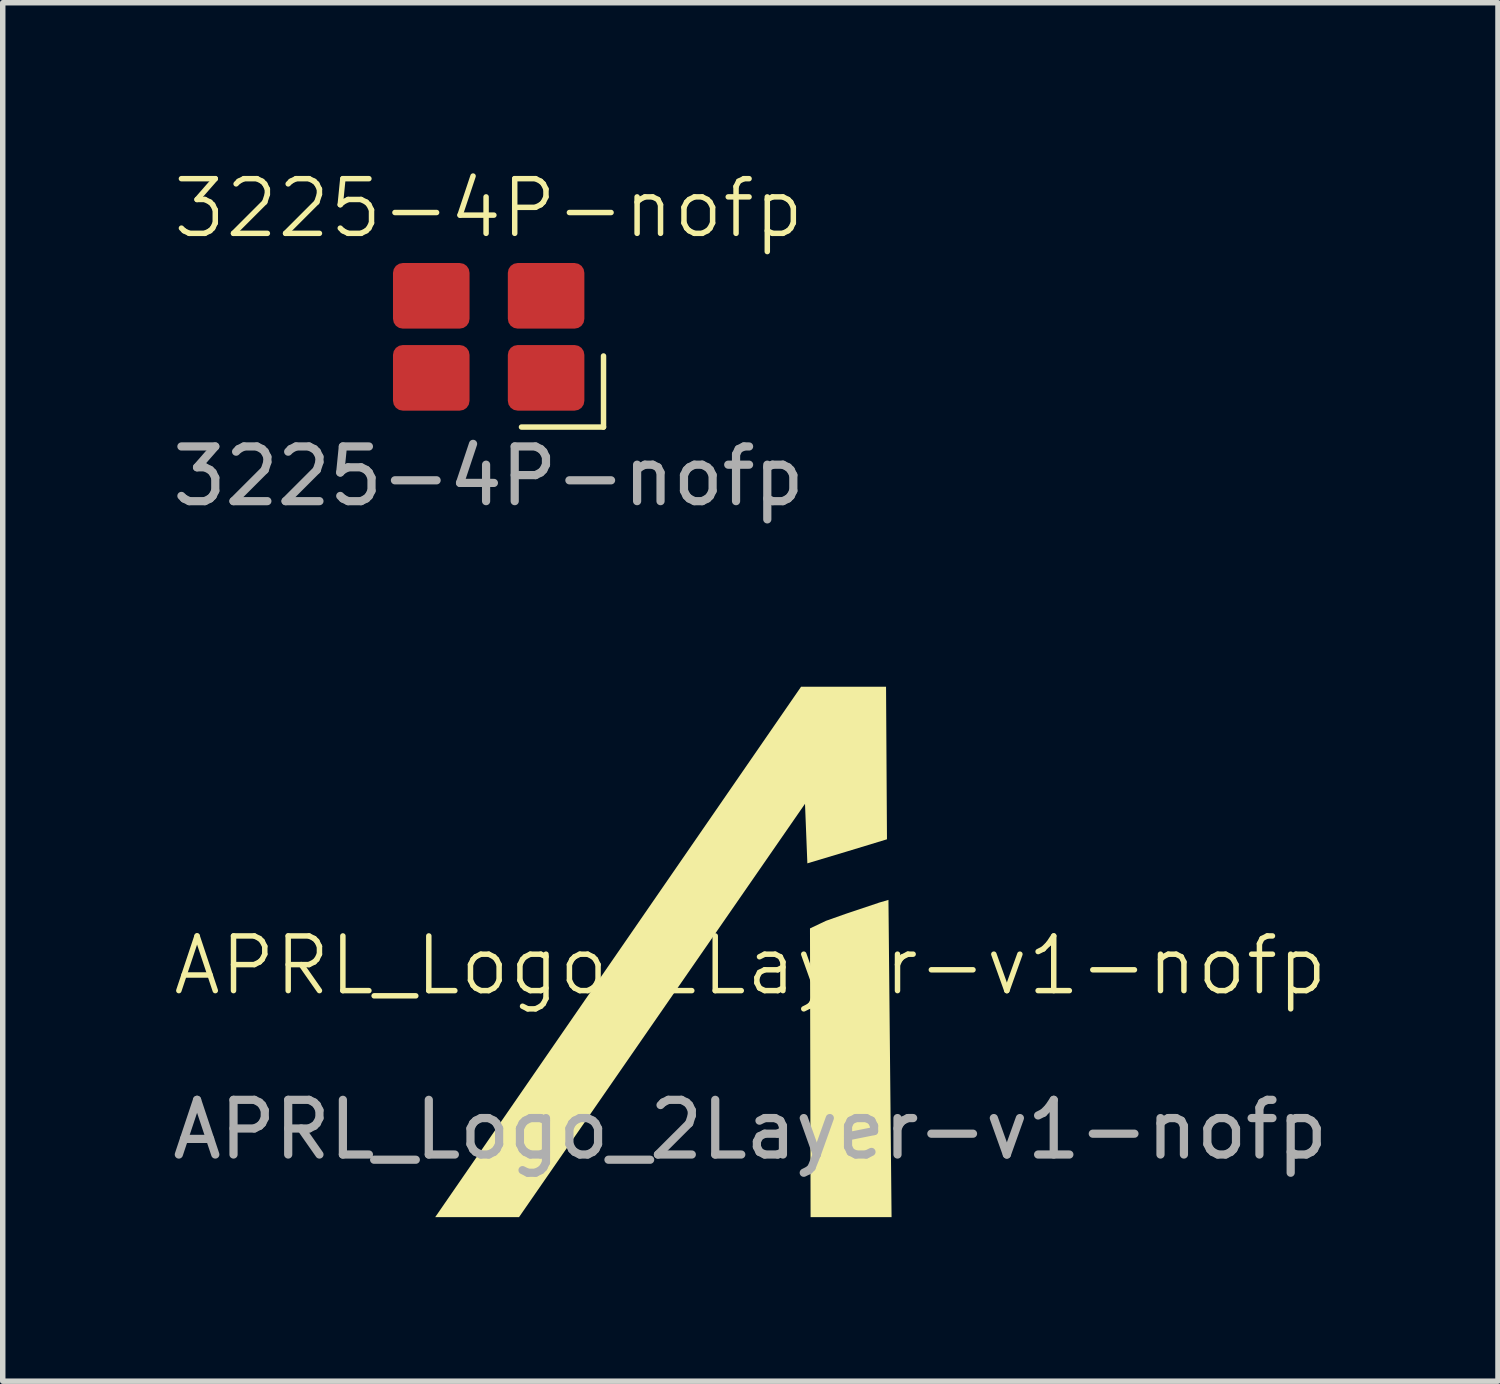
<source format=kicad_pcb>
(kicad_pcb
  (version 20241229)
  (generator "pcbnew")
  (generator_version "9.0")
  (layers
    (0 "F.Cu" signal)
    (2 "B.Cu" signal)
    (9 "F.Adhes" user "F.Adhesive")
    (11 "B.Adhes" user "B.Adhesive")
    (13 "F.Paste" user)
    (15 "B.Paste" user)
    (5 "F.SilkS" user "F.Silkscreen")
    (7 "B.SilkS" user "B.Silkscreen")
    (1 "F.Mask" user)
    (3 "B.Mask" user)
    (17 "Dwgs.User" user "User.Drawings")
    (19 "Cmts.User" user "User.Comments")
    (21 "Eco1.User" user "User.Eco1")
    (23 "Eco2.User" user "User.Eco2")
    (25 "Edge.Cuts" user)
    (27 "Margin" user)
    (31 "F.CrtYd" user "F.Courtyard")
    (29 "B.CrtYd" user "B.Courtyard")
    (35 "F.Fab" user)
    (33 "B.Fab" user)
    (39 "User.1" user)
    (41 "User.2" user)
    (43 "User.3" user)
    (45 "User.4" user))
  (footprint "APRL_Logo_2Layer-v1-nofp"
    (layer "F.Cu")
    (at 10.673 15.109)
    (property "Reference" "APRL_Logo_2Layer-v1-nofp" (at 0 -0.5 0) (unlocked yes) (layer "F.SilkS") (effects (font (size 1 1) (thickness 0.1))))
    (attr through_hole)
    (fp_poly (pts (xy 0.046 -0.158) (xy 0.125 -0.035) (xy 0.258 0.557) (xy 0.507 0.906) (xy 0.92 1.195) (xy 1.071 1.262) (xy 1.08 2.067) (xy 0.4 1.764) (xy 0.042 1.509) (xy -0.09 1.372) (xy -0.134 1.735) (xy -0.052 2.251) (xy 0.122 2.619) (xy 0.442 2.956) (xy 0.897 3.208) (xy 1.09 3.262) (xy 1.094 4.051) (xy 0.646 3.939) (xy 0.023 3.648) (xy -0.442 3.303) (xy -0.802 2.827) (xy -0.922 2.367) (xy -0.906 1.586) (xy -0.737 0.876) (xy -0.428 0.278) (xy -0.05 -0.146)) (stroke (width 0) (type solid)) (fill yes) (layer "F.Mask"))
    (fp_poly (pts (xy 3.366 -2.916) (xy 3.71 -2.881) (xy 3.782 -2.855) (xy 4.147 -2.761) (xy 4.639 -2.567) (xy 5.039 -2.349) (xy 5.211 -2.255) (xy 5.517 -2.039) (xy 5.559 -2.008) (xy 6.024 -1.639) (xy 6.409 -1.25) (xy 6.492 -0.933) (xy 6.468 -0.85) (xy 6.226 -0.949) (xy 5.472 -1.36) (xy 4.793 -1.658) (xy 4.408 -1.75) (xy 3.649 -1.864) (xy 2.721 -1.778) (xy 1.417 -1.34) (xy 0.542 -0.935) (xy -0.481 -0.262) (xy -1.892 0.874) (xy -2.17 1.143) (xy -0.183 -1.74) (xy 0.836 -2.302) (xy 2.049 -2.666) (xy 2.73 -2.877)) (stroke (width 0) (type solid)) (fill yes) (layer "F.Mask"))
    (fp_poly (pts (xy 2.481 -5.6) (xy 2.498 -2.81) (xy 1.742 -2.58) (xy 1.042 -2.37) (xy 0.999 -3.459) (xy -4.231 4.1) (xy -5.764 4.1) (xy 0.927 -5.6)) (stroke (width 0) (type solid)) (fill yes) (layer "F.SilkS"))
    (fp_poly (pts (xy 2.525 -1.702) (xy 2.582 4.1) (xy 1.101 4.1) (xy 1.09 -1.18) (xy 1.382 -1.319) (xy 1.744 -1.447) (xy 2.358 -1.653) (xy 2.52 -1.7)) (stroke (width 0) (type solid)) (fill yes) (layer "F.SilkS"))
    (fp_text user "${REFERENCE}" (at 0 2.5 0) (unlocked yes) (layer "F.Fab") (effects (font (size 1 1) (thickness 0.15)))))
  (footprint "3225-4P-nofp"
    (layer "F.Cu")
    (at 5.887 3.16)
    (property "Reference" "3225-4P-nofp" (at 0 -2.4 0) (unlocked yes) (layer "F.SilkS") (effects (font (size 1 1) (thickness 0.1))))
    (attr smd)
    (fp_line (start 2.1 0.3) (end 2.1 1.6) (stroke (width 0.1) (type default)) (layer "F.SilkS"))
    (fp_line (start 2.1 1.6) (end 0.6 1.6) (stroke (width 0.1) (type default)) (layer "F.SilkS"))
    (fp_text user "${REFERENCE}" (at 0 2.5 0) (unlocked yes) (layer "F.Fab") (effects (font (size 1 1) (thickness 0.15))))
    (pad "1" smd roundrect (at 1.05 0.7) (size 1.4 1.2) (layers "F.Cu" "F.Mask" "F.Paste") (roundrect_rratio 0.15))
    (pad "2" smd roundrect (at -1.05 0.7) (size 1.4 1.2) (layers "F.Cu" "F.Mask" "F.Paste") (roundrect_rratio 0.15))
    (pad "3" smd roundrect (at -1.05 -0.8) (size 1.4 1.2) (layers "F.Cu" "F.Mask" "F.Paste") (roundrect_rratio 0.15))
    (pad "4" smd roundrect (at 1.05 -0.8) (size 1.4 1.2) (layers "F.Cu" "F.Mask" "F.Paste") (roundrect_rratio 0.15)))
  (gr_rect
    (start -3 -3)
    (end 24.345 22.209)
    (stroke (width 0.1) (type default))
    (fill no)
    (layer "Edge.Cuts")))
</source>
